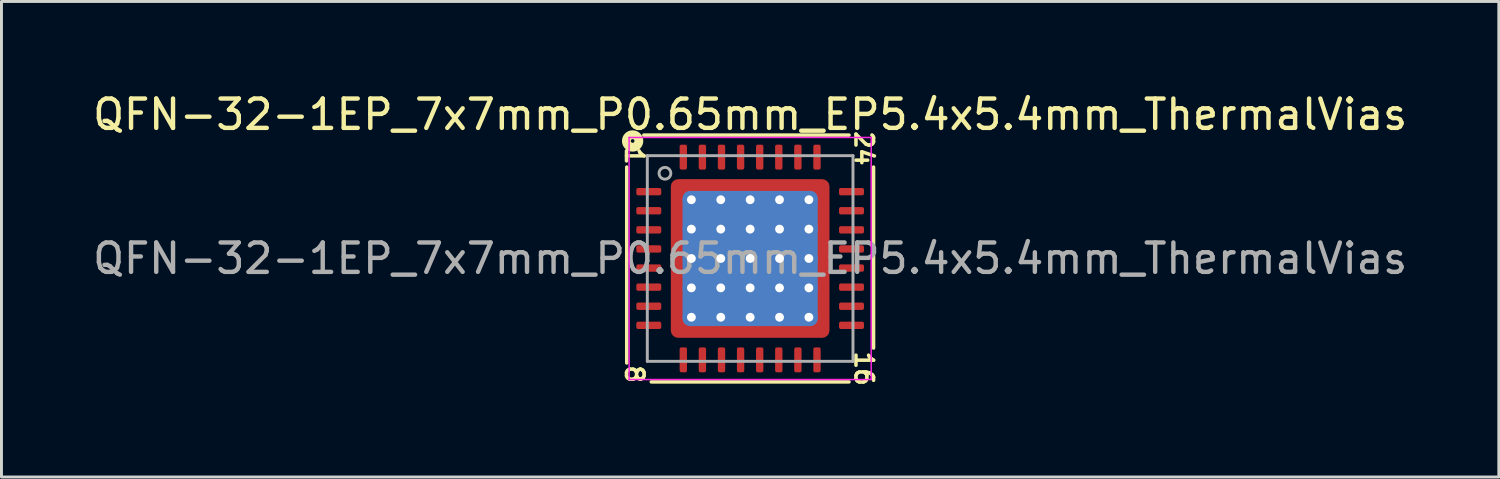
<source format=kicad_pcb>
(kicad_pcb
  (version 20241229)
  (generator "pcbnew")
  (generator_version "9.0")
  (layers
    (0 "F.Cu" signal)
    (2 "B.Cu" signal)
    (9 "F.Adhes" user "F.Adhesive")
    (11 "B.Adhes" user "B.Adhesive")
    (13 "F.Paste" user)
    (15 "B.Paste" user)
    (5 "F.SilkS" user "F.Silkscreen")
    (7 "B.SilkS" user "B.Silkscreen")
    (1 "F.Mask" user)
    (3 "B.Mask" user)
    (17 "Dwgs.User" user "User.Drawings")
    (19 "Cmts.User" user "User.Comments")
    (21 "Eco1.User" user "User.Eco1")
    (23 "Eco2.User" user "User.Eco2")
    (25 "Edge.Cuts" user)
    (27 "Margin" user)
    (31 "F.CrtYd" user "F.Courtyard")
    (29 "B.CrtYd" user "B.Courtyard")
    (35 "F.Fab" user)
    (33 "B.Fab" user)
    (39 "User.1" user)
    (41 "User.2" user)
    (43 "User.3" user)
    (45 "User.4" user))
  (footprint "QFN-32-1EP_7x7mm_P0.65mm_EP5.4x5.4mm_ThermalVias"
    (layer "F.Cu")
    (at 22.482 5.748)
    (property "Reference" "QFN-32-1EP_7x7mm_P0.65mm_EP5.4x5.4mm_ThermalVias" (at 0 -4.9 0) (layer "F.SilkS") (effects (font (size 1 1) (thickness 0.15))))
    (attr smd)
    (fp_line (start -4.2 -3.111) (end -4.2 3.556) (stroke (width 0.12) (type solid)) (layer "F.SilkS"))
    (fp_line (start -3.365 4.2) (end 3.365 4.2) (stroke (width 0.12) (type solid)) (layer "F.SilkS"))
    (fp_line (start 3.365 -4.2) (end -3.619 -4.2) (stroke (width 0.12) (type solid)) (layer "F.SilkS"))
    (fp_line (start 4.2 3.048) (end 4.2 -3.111) (stroke (width 0.12) (type solid)) (layer "F.SilkS"))
    (fp_circle (center -4 -4) (end -3.937 -4) (stroke (width 0.3) (type solid)) (fill no) (layer "F.SilkS"))
    (fp_line (start -4.12 -4.12) (end -4.12 4.12) (stroke (width 0.05) (type solid)) (layer "F.CrtYd"))
    (fp_line (start -4.12 4.12) (end 4.12 4.12) (stroke (width 0.05) (type solid)) (layer "F.CrtYd"))
    (fp_line (start 4.12 -4.12) (end -4.12 -4.12) (stroke (width 0.05) (type solid)) (layer "F.CrtYd"))
    (fp_line (start 4.12 4.12) (end 4.12 -4.12) (stroke (width 0.05) (type solid)) (layer "F.CrtYd"))
    (fp_line (start -3.5 -3.5) (end 3.5 -3.5) (stroke (width 0.1) (type solid)) (layer "F.Fab"))
    (fp_line (start -3.5 3.5) (end -3.5 -3.5) (stroke (width 0.1) (type solid)) (layer "F.Fab"))
    (fp_line (start 3.5 -3.5) (end 3.5 3.5) (stroke (width 0.1) (type solid)) (layer "F.Fab"))
    (fp_line (start 3.5 3.5) (end -3.5 3.5) (stroke (width 0.1) (type solid)) (layer "F.Fab"))
    (fp_circle (center -2.9 -2.9) (end -2.7 -2.9) (stroke (width 0.1) (type solid)) (fill no) (layer "F.Fab"))
    (fp_text user "8" (at -3.937 3.937 270) (unlocked yes) (layer "F.SilkS") (effects (font (size 0.6 0.6) (thickness 0.12))))
    (fp_text user "16" (at 3.873 3.747 270) (unlocked yes) (layer "F.SilkS") (effects (font (size 0.6 0.6) (thickness 0.12))))
    (fp_text user "24" (at 3.873 -3.747 270) (unlocked yes) (layer "F.SilkS") (effects (font (size 0.6 0.6) (thickness 0.12))))
    (fp_text user "1" (at -3.937 -3.493 270) (unlocked yes) (layer "F.SilkS") (effects (font (size 0.6 0.6) (thickness 0.12))))
    (fp_text user "${REFERENCE}" (at 0 0 0) (layer "F.Fab") (effects (font (size 1 1) (thickness 0.15))))
    (pad "" smd custom (at -2.4 -2.4) (size 0.366 0.366) (layers "F.Paste") (options (anchor circle)) (primitives (gr_poly (pts (xy 0.124 0.026) (xy 0.026 0.124) (xy -0.124 0.124) (xy -0.124 -0.124) (xy 0.124 -0.124)) (width 0.236) (fill yes))))
    (pad "" smd custom (at -2.4 -1.4) (size 0.421 0.421) (layers "F.Paste") (options (anchor circle)) (primitives (gr_poly (pts (xy 0.179 -0.449) (xy 0.179 0.449) (xy 0.127 0.501) (xy -0.179 0.501) (xy -0.179 -0.501) (xy 0.127 -0.501)) (width 0.126) (fill yes))))
    (pad "" smd custom (at -2.4 0) (size 0.421 0.421) (layers "F.Paste") (options (anchor circle)) (primitives (gr_poly (pts (xy 0.179 -0.449) (xy 0.179 0.449) (xy 0.127 0.501) (xy -0.179 0.501) (xy -0.179 -0.501) (xy 0.127 -0.501)) (width 0.126) (fill yes))))
    (pad "" smd custom (at -2.4 1.4) (size 0.421 0.421) (layers "F.Paste") (options (anchor circle)) (primitives (gr_poly (pts (xy 0.179 -0.449) (xy 0.179 0.449) (xy 0.127 0.501) (xy -0.179 0.501) (xy -0.179 -0.501) (xy 0.127 -0.501)) (width 0.126) (fill yes))))
    (pad "" smd custom (at -2.4 2.4) (size 0.366 0.366) (layers "F.Paste") (options (anchor circle)) (primitives (gr_poly (pts (xy 0.124 -0.026) (xy 0.124 0.124) (xy -0.124 0.124) (xy -0.124 -0.124) (xy 0.026 -0.124)) (width 0.236) (fill yes))))
    (pad "" smd custom (at -1.4 -2.4) (size 0.421 0.421) (layers "F.Paste") (options (anchor circle)) (primitives (gr_poly (pts (xy 0.501 0.127) (xy 0.449 0.179) (xy -0.449 0.179) (xy -0.501 0.127) (xy -0.501 -0.179) (xy 0.501 -0.179)) (width 0.126) (fill yes))))
    (pad "" smd roundrect (at -1.4 -1.4) (size 1.129 1.129) (layers "F.Paste") (roundrect_rratio 0.221))
    (pad "" smd roundrect (at -1.4 0) (size 1.129 1.129) (layers "F.Paste") (roundrect_rratio 0.221))
    (pad "" smd roundrect (at -1.4 1.4) (size 1.129 1.129) (layers "F.Paste") (roundrect_rratio 0.221))
    (pad "" smd custom (at -1.4 2.4) (size 0.421 0.421) (layers "F.Paste") (options (anchor circle)) (primitives (gr_poly (pts (xy 0.501 -0.127) (xy 0.501 0.179) (xy -0.501 0.179) (xy -0.501 -0.127) (xy -0.449 -0.179) (xy 0.449 -0.179)) (width 0.126) (fill yes))))
    (pad "" smd custom (at 0 -2.4) (size 0.421 0.421) (layers "F.Paste") (options (anchor circle)) (primitives (gr_poly (pts (xy 0.501 0.127) (xy 0.449 0.179) (xy -0.449 0.179) (xy -0.501 0.127) (xy -0.501 -0.179) (xy 0.501 -0.179)) (width 0.126) (fill yes))))
    (pad "" smd roundrect (at 0 -1.4) (size 1.129 1.129) (layers "F.Paste") (roundrect_rratio 0.221))
    (pad "" smd roundrect (at 0 0) (size 1.129 1.129) (layers "F.Paste") (roundrect_rratio 0.221))
    (pad "" smd roundrect (at 0 1.4) (size 1.129 1.129) (layers "F.Paste") (roundrect_rratio 0.221))
    (pad "" smd custom (at 0 2.4) (size 0.421 0.421) (layers "F.Paste") (options (anchor circle)) (primitives (gr_poly (pts (xy 0.501 -0.127) (xy 0.501 0.179) (xy -0.501 0.179) (xy -0.501 -0.127) (xy -0.449 -0.179) (xy 0.449 -0.179)) (width 0.126) (fill yes))))
    (pad "" smd custom (at 1.4 -2.4) (size 0.421 0.421) (layers "F.Paste") (options (anchor circle)) (primitives (gr_poly (pts (xy 0.501 0.127) (xy 0.449 0.179) (xy -0.449 0.179) (xy -0.501 0.127) (xy -0.501 -0.179) (xy 0.501 -0.179)) (width 0.126) (fill yes))))
    (pad "" smd roundrect (at 1.4 -1.4) (size 1.129 1.129) (layers "F.Paste") (roundrect_rratio 0.221))
    (pad "" smd roundrect (at 1.4 0) (size 1.129 1.129) (layers "F.Paste") (roundrect_rratio 0.221))
    (pad "" smd roundrect (at 1.4 1.4) (size 1.129 1.129) (layers "F.Paste") (roundrect_rratio 0.221))
    (pad "" smd custom (at 1.4 2.4) (size 0.421 0.421) (layers "F.Paste") (options (anchor circle)) (primitives (gr_poly (pts (xy 0.501 -0.127) (xy 0.501 0.179) (xy -0.501 0.179) (xy -0.501 -0.127) (xy -0.449 -0.179) (xy 0.449 -0.179)) (width 0.126) (fill yes))))
    (pad "" smd custom (at 2.4 -2.4) (size 0.366 0.366) (layers "F.Paste") (options (anchor circle)) (primitives (gr_poly (pts (xy 0.124 0.124) (xy -0.026 0.124) (xy -0.124 0.026) (xy -0.124 -0.124) (xy 0.124 -0.124)) (width 0.236) (fill yes))))
    (pad "" smd custom (at 2.4 -1.4) (size 0.421 0.421) (layers "F.Paste") (options (anchor circle)) (primitives (gr_poly (pts (xy 0.179 0.501) (xy -0.127 0.501) (xy -0.179 0.449) (xy -0.179 -0.449) (xy -0.127 -0.501) (xy 0.179 -0.501)) (width 0.126) (fill yes))))
    (pad "" smd custom (at 2.4 0) (size 0.421 0.421) (layers "F.Paste") (options (anchor circle)) (primitives (gr_poly (pts (xy 0.179 0.501) (xy -0.127 0.501) (xy -0.179 0.449) (xy -0.179 -0.449) (xy -0.127 -0.501) (xy 0.179 -0.501)) (width 0.126) (fill yes))))
    (pad "" smd custom (at 2.4 1.4) (size 0.421 0.421) (layers "F.Paste") (options (anchor circle)) (primitives (gr_poly (pts (xy 0.179 0.501) (xy -0.127 0.501) (xy -0.179 0.449) (xy -0.179 -0.449) (xy -0.127 -0.501) (xy 0.179 -0.501)) (width 0.126) (fill yes))))
    (pad "" smd custom (at 2.4 2.4) (size 0.366 0.366) (layers "F.Paste") (options (anchor circle)) (primitives (gr_poly (pts (xy 0.124 0.124) (xy -0.124 0.124) (xy -0.124 -0.026) (xy -0.026 -0.124) (xy 0.124 -0.124)) (width 0.236) (fill yes))))
    (pad "1" smd roundrect (at -3.45 -2.275) (size 0.85 0.25) (layers "F.Cu" "F.Mask" "F.Paste") (roundrect_rratio 0.25))
    (pad "2" smd roundrect (at -3.45 -1.625) (size 0.85 0.25) (layers "F.Cu" "F.Mask" "F.Paste") (roundrect_rratio 0.25))
    (pad "3" smd roundrect (at -3.45 -0.975) (size 0.85 0.25) (layers "F.Cu" "F.Mask" "F.Paste") (roundrect_rratio 0.25))
    (pad "4" smd roundrect (at -3.45 -0.325) (size 0.85 0.25) (layers "F.Cu" "F.Mask" "F.Paste") (roundrect_rratio 0.25))
    (pad "5" smd roundrect (at -3.45 0.325) (size 0.85 0.25) (layers "F.Cu" "F.Mask" "F.Paste") (roundrect_rratio 0.25))
    (pad "6" smd roundrect (at -3.45 0.975) (size 0.85 0.25) (layers "F.Cu" "F.Mask" "F.Paste") (roundrect_rratio 0.25))
    (pad "7" smd roundrect (at -3.45 1.625) (size 0.85 0.25) (layers "F.Cu" "F.Mask" "F.Paste") (roundrect_rratio 0.25))
    (pad "8" smd roundrect (at -3.45 2.275) (size 0.85 0.25) (layers "F.Cu" "F.Mask" "F.Paste") (roundrect_rratio 0.25))
    (pad "9" smd roundrect (at -2.275 3.45) (size 0.25 0.85) (layers "F.Cu" "F.Mask" "F.Paste") (roundrect_rratio 0.25))
    (pad "10" smd roundrect (at -1.625 3.45) (size 0.25 0.85) (layers "F.Cu" "F.Mask" "F.Paste") (roundrect_rratio 0.25))
    (pad "11" smd roundrect (at -0.975 3.45) (size 0.25 0.85) (layers "F.Cu" "F.Mask" "F.Paste") (roundrect_rratio 0.25))
    (pad "12" smd roundrect (at -0.325 3.45) (size 0.25 0.85) (layers "F.Cu" "F.Mask" "F.Paste") (roundrect_rratio 0.25))
    (pad "13" smd roundrect (at 0.325 3.45) (size 0.25 0.85) (layers "F.Cu" "F.Mask" "F.Paste") (roundrect_rratio 0.25))
    (pad "14" smd roundrect (at 0.975 3.45) (size 0.25 0.85) (layers "F.Cu" "F.Mask" "F.Paste") (roundrect_rratio 0.25))
    (pad "15" smd roundrect (at 1.625 3.45) (size 0.25 0.85) (layers "F.Cu" "F.Mask" "F.Paste") (roundrect_rratio 0.25))
    (pad "16" smd roundrect (at 2.275 3.45) (size 0.25 0.85) (layers "F.Cu" "F.Mask" "F.Paste") (roundrect_rratio 0.25))
    (pad "17" smd roundrect (at 3.45 2.275) (size 0.85 0.25) (layers "F.Cu" "F.Mask" "F.Paste") (roundrect_rratio 0.25))
    (pad "18" smd roundrect (at 3.45 1.625) (size 0.85 0.25) (layers "F.Cu" "F.Mask" "F.Paste") (roundrect_rratio 0.25))
    (pad "19" smd roundrect (at 3.45 0.975) (size 0.85 0.25) (layers "F.Cu" "F.Mask" "F.Paste") (roundrect_rratio 0.25))
    (pad "20" smd roundrect (at 3.45 0.325) (size 0.85 0.25) (layers "F.Cu" "F.Mask" "F.Paste") (roundrect_rratio 0.25))
    (pad "21" smd roundrect (at 3.45 -0.325) (size 0.85 0.25) (layers "F.Cu" "F.Mask" "F.Paste") (roundrect_rratio 0.25))
    (pad "22" smd roundrect (at 3.45 -0.975) (size 0.85 0.25) (layers "F.Cu" "F.Mask" "F.Paste") (roundrect_rratio 0.25))
    (pad "23" smd roundrect (at 3.45 -1.625) (size 0.85 0.25) (layers "F.Cu" "F.Mask" "F.Paste") (roundrect_rratio 0.25))
    (pad "24" smd roundrect (at 3.45 -2.275) (size 0.85 0.25) (layers "F.Cu" "F.Mask" "F.Paste") (roundrect_rratio 0.25))
    (pad "25" smd roundrect (at 2.275 -3.45) (size 0.25 0.85) (layers "F.Cu" "F.Mask" "F.Paste") (roundrect_rratio 0.25))
    (pad "26" smd roundrect (at 1.625 -3.45) (size 0.25 0.85) (layers "F.Cu" "F.Mask" "F.Paste") (roundrect_rratio 0.25))
    (pad "27" smd roundrect (at 0.975 -3.45) (size 0.25 0.85) (layers "F.Cu" "F.Mask" "F.Paste") (roundrect_rratio 0.25))
    (pad "28" smd roundrect (at 0.325 -3.45) (size 0.25 0.85) (layers "F.Cu" "F.Mask" "F.Paste") (roundrect_rratio 0.25))
    (pad "29" smd roundrect (at -0.325 -3.45) (size 0.25 0.85) (layers "F.Cu" "F.Mask" "F.Paste") (roundrect_rratio 0.25))
    (pad "30" smd roundrect (at -0.975 -3.45) (size 0.25 0.85) (layers "F.Cu" "F.Mask" "F.Paste") (roundrect_rratio 0.25))
    (pad "31" smd roundrect (at -1.625 -3.45) (size 0.25 0.85) (layers "F.Cu" "F.Mask" "F.Paste") (roundrect_rratio 0.25))
    (pad "32" smd roundrect (at -2.275 -3.45) (size 0.25 0.85) (layers "F.Cu" "F.Mask" "F.Paste") (roundrect_rratio 0.25))
    (pad "33" thru_hole circle (at -2 -2) (size 0.6 0.6) (drill 0.3) (property pad_prop_heatsink) (layers "*.Cu"))
    (pad "33" thru_hole circle (at -2 -1) (size 0.6 0.6) (drill 0.3) (property pad_prop_heatsink) (layers "*.Cu"))
    (pad "33" thru_hole circle (at -2 0) (size 0.6 0.6) (drill 0.3) (property pad_prop_heatsink) (layers "*.Cu"))
    (pad "33" thru_hole circle (at -2 1) (size 0.6 0.6) (drill 0.3) (property pad_prop_heatsink) (layers "*.Cu"))
    (pad "33" thru_hole circle (at -2 2) (size 0.6 0.6) (drill 0.3) (property pad_prop_heatsink) (layers "*.Cu"))
    (pad "33" thru_hole circle (at -1 -2) (size 0.6 0.6) (drill 0.3) (property pad_prop_heatsink) (layers "*.Cu"))
    (pad "33" thru_hole circle (at -1 -1) (size 0.6 0.6) (drill 0.3) (property pad_prop_heatsink) (layers "*.Cu"))
    (pad "33" thru_hole circle (at -1 0) (size 0.6 0.6) (drill 0.3) (property pad_prop_heatsink) (layers "*.Cu"))
    (pad "33" thru_hole circle (at -1 1) (size 0.6 0.6) (drill 0.3) (property pad_prop_heatsink) (layers "*.Cu"))
    (pad "33" thru_hole circle (at -1 2) (size 0.6 0.6) (drill 0.3) (property pad_prop_heatsink) (layers "*.Cu"))
    (pad "33" thru_hole circle (at 0 -2) (size 0.6 0.6) (drill 0.3) (property pad_prop_heatsink) (layers "*.Cu"))
    (pad "33" thru_hole circle (at 0 -1) (size 0.6 0.6) (drill 0.3) (property pad_prop_heatsink) (layers "*.Cu"))
    (pad "33" thru_hole circle (at 0 0) (size 0.6 0.6) (drill 0.3) (property pad_prop_heatsink) (layers "*.Cu"))
    (pad "33" smd roundrect (at 0 0) (size 4.6 4.6) (layers "B.Cu" "B.Mask") (roundrect_rratio 0.054))
    (pad "33" smd roundrect (at 0 0) (size 5.4 5.4) (layers "F.Cu" "F.Mask") (roundrect_rratio 0.046))
    (pad "33" thru_hole circle (at 0 1) (size 0.6 0.6) (drill 0.3) (property pad_prop_heatsink) (layers "*.Cu"))
    (pad "33" thru_hole circle (at 0 2) (size 0.6 0.6) (drill 0.3) (property pad_prop_heatsink) (layers "*.Cu"))
    (pad "33" thru_hole circle (at 1 -2) (size 0.6 0.6) (drill 0.3) (property pad_prop_heatsink) (layers "*.Cu"))
    (pad "33" thru_hole circle (at 1 -1) (size 0.6 0.6) (drill 0.3) (property pad_prop_heatsink) (layers "*.Cu"))
    (pad "33" thru_hole circle (at 1 0) (size 0.6 0.6) (drill 0.3) (property pad_prop_heatsink) (layers "*.Cu"))
    (pad "33" thru_hole circle (at 1 1) (size 0.6 0.6) (drill 0.3) (property pad_prop_heatsink) (layers "*.Cu"))
    (pad "33" thru_hole circle (at 1 2) (size 0.6 0.6) (drill 0.3) (property pad_prop_heatsink) (layers "*.Cu"))
    (pad "33" thru_hole circle (at 2 -2) (size 0.6 0.6) (drill 0.3) (property pad_prop_heatsink) (layers "*.Cu"))
    (pad "33" thru_hole circle (at 2 -1) (size 0.6 0.6) (drill 0.3) (property pad_prop_heatsink) (layers "*.Cu"))
    (pad "33" thru_hole circle (at 2 0) (size 0.6 0.6) (drill 0.3) (property pad_prop_heatsink) (layers "*.Cu"))
    (pad "33" thru_hole circle (at 2 1) (size 0.6 0.6) (drill 0.3) (property pad_prop_heatsink) (layers "*.Cu"))
    (pad "33" thru_hole circle (at 2 2) (size 0.6 0.6) (drill 0.3) (property pad_prop_heatsink) (layers "*.Cu")))
  (gr_rect
    (start -3 -3)
    (end 47.964 13.186)
    (stroke (width 0.1) (type default))
    (fill no)
    (layer "Edge.Cuts")))
</source>
